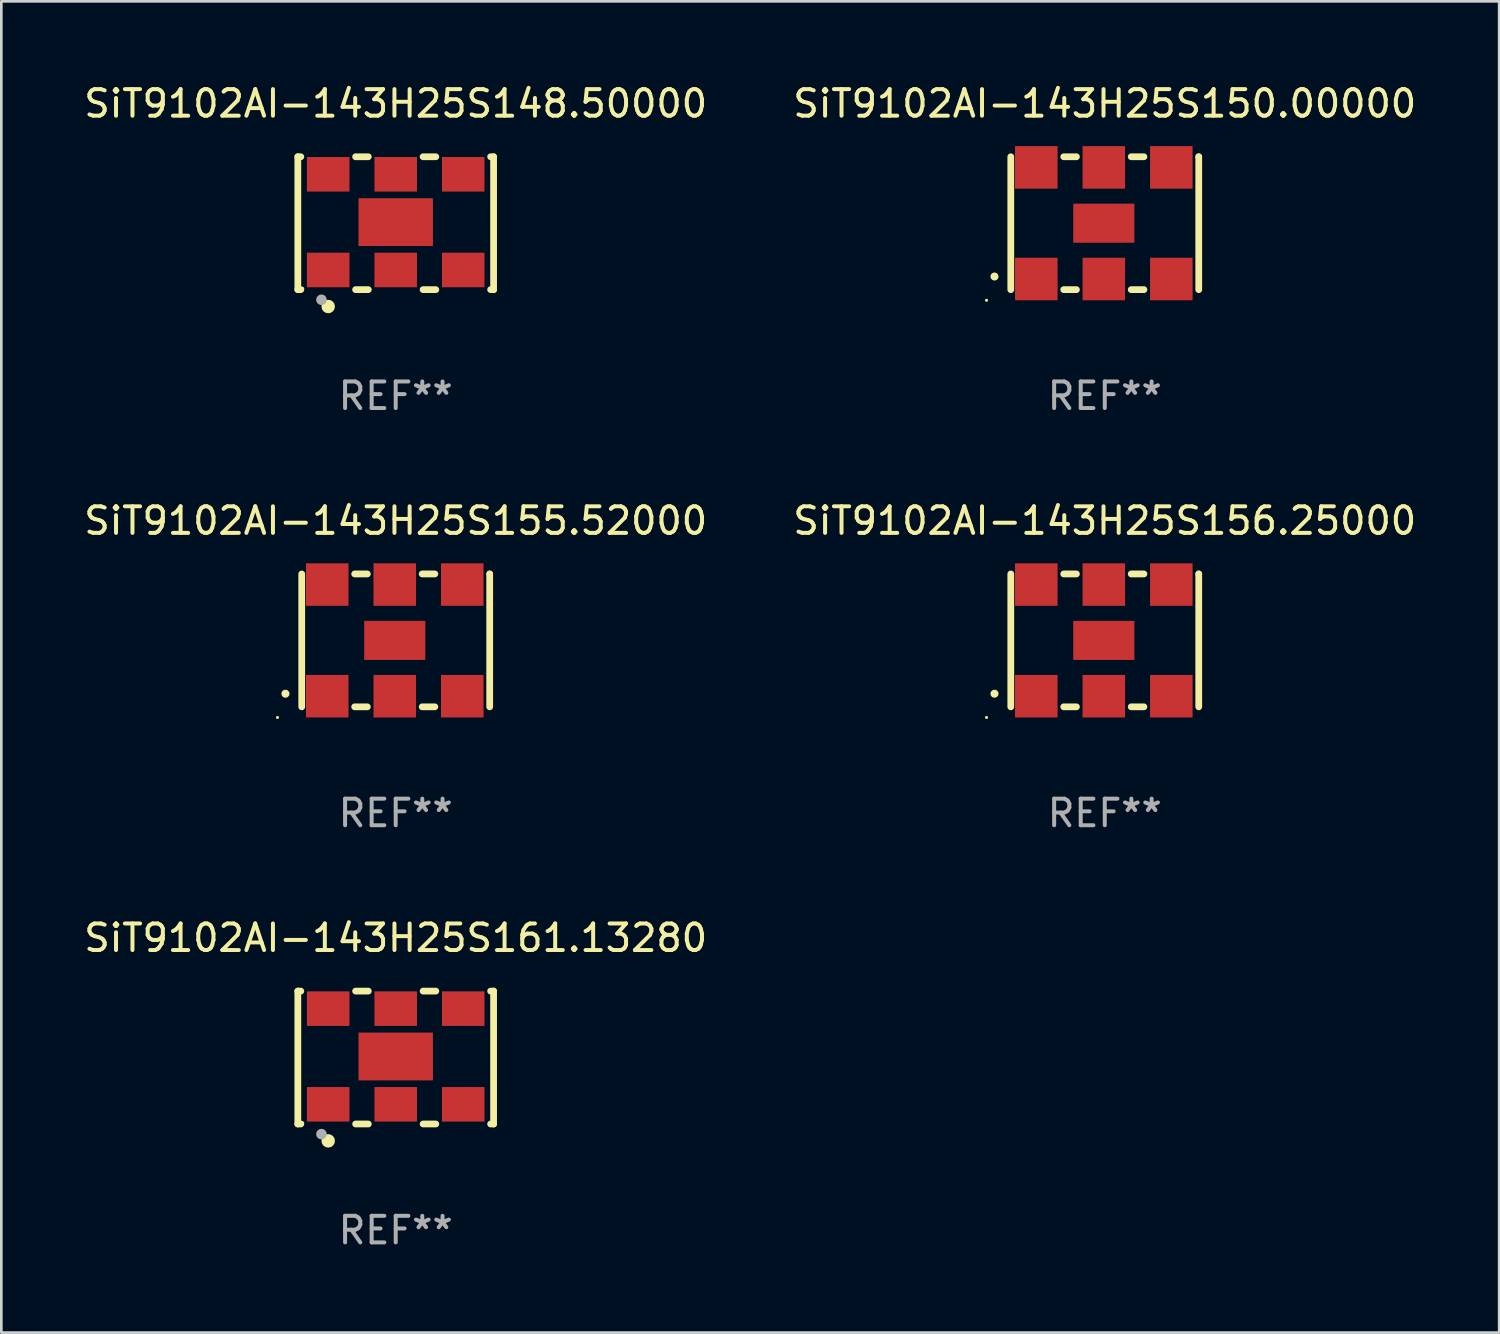
<source format=kicad_pcb>
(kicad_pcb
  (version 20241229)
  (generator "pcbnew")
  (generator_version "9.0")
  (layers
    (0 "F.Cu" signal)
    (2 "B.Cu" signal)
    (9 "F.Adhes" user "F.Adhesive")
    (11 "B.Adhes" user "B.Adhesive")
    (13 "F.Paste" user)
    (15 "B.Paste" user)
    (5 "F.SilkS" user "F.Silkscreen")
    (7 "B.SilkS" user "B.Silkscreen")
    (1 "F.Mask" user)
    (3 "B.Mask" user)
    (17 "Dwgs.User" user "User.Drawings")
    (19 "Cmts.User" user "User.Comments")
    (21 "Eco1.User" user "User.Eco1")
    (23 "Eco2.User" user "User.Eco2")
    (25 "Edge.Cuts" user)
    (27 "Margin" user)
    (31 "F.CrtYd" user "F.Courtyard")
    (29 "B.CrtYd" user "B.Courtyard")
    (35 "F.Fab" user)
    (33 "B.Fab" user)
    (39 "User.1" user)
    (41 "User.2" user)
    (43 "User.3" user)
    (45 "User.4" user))
  (footprint "SiT9102AI-143H25S148.50000"
    (layer "F.Cu")
    (at 11.839 5.348)
    (property "Reference" "SiT9102AI-143H25S148.50000" (at 0 -4.5 0) (layer "F.SilkS") (effects (font (size 1 1) (thickness 0.15))))
    (attr through_hole)
    (fp_line (start -3.683 -2.5) (end -3.571 -2.5) (stroke (width 0.254) (type solid)) (layer "F.SilkS"))
    (fp_line (start -3.683 2.5) (end -3.683 -2.5) (stroke (width 0.254) (type solid)) (layer "F.SilkS"))
    (fp_line (start -3.683 2.5) (end -3.571 2.5) (stroke (width 0.254) (type solid)) (layer "F.SilkS"))
    (fp_line (start -1.509 -2.5) (end -1.031 -2.5) (stroke (width 0.254) (type solid)) (layer "F.SilkS"))
    (fp_line (start -1.509 2.5) (end -1.031 2.5) (stroke (width 0.254) (type solid)) (layer "F.SilkS"))
    (fp_line (start 1.031 -2.5) (end 1.509 -2.5) (stroke (width 0.254) (type solid)) (layer "F.SilkS"))
    (fp_line (start 1.031 2.5) (end 1.509 2.5) (stroke (width 0.254) (type solid)) (layer "F.SilkS"))
    (fp_line (start 3.571 -2.5) (end 3.683 -2.5) (stroke (width 0.254) (type solid)) (layer "F.SilkS"))
    (fp_line (start 3.571 2.5) (end 3.683 2.5) (stroke (width 0.254) (type solid)) (layer "F.SilkS"))
    (fp_line (start 3.683 2.5) (end 3.683 -2.5) (stroke (width 0.254) (type solid)) (layer "F.SilkS"))
    (fp_circle (center -3.5 2.46) (end -3.47 2.46) (stroke (width 0.06) (type solid)) (fill no) (layer "F.SilkS"))
    (fp_circle (center -2.54 3.135) (end -2.413 3.135) (stroke (width 0.254) (type solid)) (fill no) (layer "F.SilkS"))
    (fp_circle (center -2.794 2.881) (end -2.694 2.881) (stroke (width 0.2) (type solid)) (fill no) (layer "F.Fab"))
    (fp_text user "REF**" (at 0 6.5 0) (layer "F.Fab") (effects (font (size 1 1) (thickness 0.15))))
    (pad "1" smd rect (at -2.54 1.76) (size 1.6 1.3) (layers "F.Cu" "F.Mask" "F.Paste"))
    (pad "2" smd rect (at 0 1.76) (size 1.6 1.3) (layers "F.Cu" "F.Mask" "F.Paste"))
    (pad "3" smd rect (at 2.54 1.76) (size 1.6 1.3) (layers "F.Cu" "F.Mask" "F.Paste"))
    (pad "4" smd rect (at 2.54 -1.84) (size 1.6 1.3) (layers "F.Cu" "F.Mask" "F.Paste"))
    (pad "5" smd rect (at 0 -1.84) (size 1.6 1.3) (layers "F.Cu" "F.Mask" "F.Paste"))
    (pad "6" smd rect (at -2.54 -1.84) (size 1.6 1.3) (layers "F.Cu" "F.Mask" "F.Paste"))
    (pad "7" smd rect (at 0 -0.04) (size 2.8 1.8) (layers "F.Cu" "F.Mask" "F.Paste")))
  (footprint "SiT9102AI-143H25S161.13280"
    (layer "F.Cu")
    (at 11.839 36.741)
    (property "Reference" "SiT9102AI-143H25S161.13280" (at 0 -4.5 0) (layer "F.SilkS") (effects (font (size 1 1) (thickness 0.15))))
    (attr through_hole)
    (fp_line (start -3.683 -2.5) (end -3.571 -2.5) (stroke (width 0.254) (type solid)) (layer "F.SilkS"))
    (fp_line (start -3.683 2.5) (end -3.683 -2.5) (stroke (width 0.254) (type solid)) (layer "F.SilkS"))
    (fp_line (start -3.683 2.5) (end -3.571 2.5) (stroke (width 0.254) (type solid)) (layer "F.SilkS"))
    (fp_line (start -1.509 -2.5) (end -1.031 -2.5) (stroke (width 0.254) (type solid)) (layer "F.SilkS"))
    (fp_line (start -1.509 2.5) (end -1.031 2.5) (stroke (width 0.254) (type solid)) (layer "F.SilkS"))
    (fp_line (start 1.031 -2.5) (end 1.509 -2.5) (stroke (width 0.254) (type solid)) (layer "F.SilkS"))
    (fp_line (start 1.031 2.5) (end 1.509 2.5) (stroke (width 0.254) (type solid)) (layer "F.SilkS"))
    (fp_line (start 3.571 -2.5) (end 3.683 -2.5) (stroke (width 0.254) (type solid)) (layer "F.SilkS"))
    (fp_line (start 3.571 2.5) (end 3.683 2.5) (stroke (width 0.254) (type solid)) (layer "F.SilkS"))
    (fp_line (start 3.683 2.5) (end 3.683 -2.5) (stroke (width 0.254) (type solid)) (layer "F.SilkS"))
    (fp_circle (center -3.5 2.46) (end -3.47 2.46) (stroke (width 0.06) (type solid)) (fill no) (layer "F.SilkS"))
    (fp_circle (center -2.54 3.135) (end -2.413 3.135) (stroke (width 0.254) (type solid)) (fill no) (layer "F.SilkS"))
    (fp_circle (center -2.794 2.881) (end -2.694 2.881) (stroke (width 0.2) (type solid)) (fill no) (layer "F.Fab"))
    (fp_text user "REF**" (at 0 6.5 0) (layer "F.Fab") (effects (font (size 1 1) (thickness 0.15))))
    (pad "1" smd rect (at -2.54 1.76) (size 1.6 1.3) (layers "F.Cu" "F.Mask" "F.Paste"))
    (pad "2" smd rect (at 0 1.76) (size 1.6 1.3) (layers "F.Cu" "F.Mask" "F.Paste"))
    (pad "3" smd rect (at 2.54 1.76) (size 1.6 1.3) (layers "F.Cu" "F.Mask" "F.Paste"))
    (pad "4" smd rect (at 2.54 -1.84) (size 1.6 1.3) (layers "F.Cu" "F.Mask" "F.Paste"))
    (pad "5" smd rect (at 0 -1.84) (size 1.6 1.3) (layers "F.Cu" "F.Mask" "F.Paste"))
    (pad "6" smd rect (at -2.54 -1.84) (size 1.6 1.3) (layers "F.Cu" "F.Mask" "F.Paste"))
    (pad "7" smd rect (at 0 -0.04) (size 2.8 1.8) (layers "F.Cu" "F.Mask" "F.Paste")))
  (footprint "SiT9102AI-143H25S155.52000"
    (layer "F.Cu")
    (at 11.839 21.045)
    (property "Reference" "SiT9102AI-143H25S155.52000" (at 0 -4.5 0) (layer "F.SilkS") (effects (font (size 1 1) (thickness 0.15))))
    (attr through_hole)
    (fp_line (start -3.536 -2.5) (end -3.536 2.5) (stroke (width 0.254) (type solid)) (layer "F.SilkS"))
    (fp_line (start -1.544 2.5) (end -1.067 2.5) (stroke (width 0.254) (type solid)) (layer "F.SilkS"))
    (fp_line (start -1.067 -2.5) (end -1.544 -2.5) (stroke (width 0.254) (type solid)) (layer "F.SilkS"))
    (fp_line (start 0.996 2.5) (end 1.473 2.5) (stroke (width 0.254) (type solid)) (layer "F.SilkS"))
    (fp_line (start 1.473 -2.5) (end 0.996 -2.5) (stroke (width 0.254) (type solid)) (layer "F.SilkS"))
    (fp_line (start 3.536 -2.5) (end 3.536 -2.5) (stroke (width 0.254) (type solid)) (layer "F.SilkS"))
    (fp_line (start 3.536 2.5) (end 3.536 -2.5) (stroke (width 0.254) (type solid)) (layer "F.SilkS"))
    (fp_arc (start -4.150432 2.006604) (mid -4.149162 2.006599) (end -4.147892 2.006604) (stroke (width 0.3) (type solid)) (layer "F.SilkS"))
    (fp_circle (center -4.449 2.9) (end -4.419 2.9) (stroke (width 0.06) (type solid)) (fill no) (layer "F.SilkS"))
    (fp_text user "REF**" (at 0 6.5 0) (layer "F.Fab") (effects (font (size 1 1) (thickness 0.15))))
    (pad "1" smd rect (at -2.576 2.1) (size 1.6 1.6) (layers "F.Cu" "F.Mask" "F.Paste"))
    (pad "2" smd rect (at -0.036 2.1) (size 1.6 1.6) (layers "F.Cu" "F.Mask" "F.Paste"))
    (pad "3" smd rect (at 2.504 2.1) (size 1.6 1.6) (layers "F.Cu" "F.Mask" "F.Paste"))
    (pad "4" smd rect (at 2.504 -2.1) (size 1.6 1.6) (layers "F.Cu" "F.Mask" "F.Paste"))
    (pad "5" smd rect (at -0.036 -2.1) (size 1.6 1.6) (layers "F.Cu" "F.Mask" "F.Paste"))
    (pad "6" smd rect (at -2.576 -2.1) (size 1.6 1.6) (layers "F.Cu" "F.Mask" "F.Paste"))
    (pad "7" smd rect (at -0.036 0) (size 2.3 1.47) (layers "F.Cu" "F.Mask" "F.Paste")))
  (footprint "SiT9102AI-143H25S156.25000"
    (layer "F.Cu")
    (at 38.518 21.045)
    (property "Reference" "SiT9102AI-143H25S156.25000" (at 0 -4.5 0) (layer "F.SilkS") (effects (font (size 1 1) (thickness 0.15))))
    (attr through_hole)
    (fp_line (start -3.536 -2.5) (end -3.536 2.5) (stroke (width 0.254) (type solid)) (layer "F.SilkS"))
    (fp_line (start -1.544 2.5) (end -1.067 2.5) (stroke (width 0.254) (type solid)) (layer "F.SilkS"))
    (fp_line (start -1.067 -2.5) (end -1.544 -2.5) (stroke (width 0.254) (type solid)) (layer "F.SilkS"))
    (fp_line (start 0.996 2.5) (end 1.473 2.5) (stroke (width 0.254) (type solid)) (layer "F.SilkS"))
    (fp_line (start 1.473 -2.5) (end 0.996 -2.5) (stroke (width 0.254) (type solid)) (layer "F.SilkS"))
    (fp_line (start 3.536 -2.5) (end 3.536 -2.5) (stroke (width 0.254) (type solid)) (layer "F.SilkS"))
    (fp_line (start 3.536 2.5) (end 3.536 -2.5) (stroke (width 0.254) (type solid)) (layer "F.SilkS"))
    (fp_arc (start -4.150432 2.006604) (mid -4.149162 2.006599) (end -4.147892 2.006604) (stroke (width 0.3) (type solid)) (layer "F.SilkS"))
    (fp_circle (center -4.449 2.9) (end -4.419 2.9) (stroke (width 0.06) (type solid)) (fill no) (layer "F.SilkS"))
    (fp_text user "REF**" (at 0 6.5 0) (layer "F.Fab") (effects (font (size 1 1) (thickness 0.15))))
    (pad "1" smd rect (at -2.576 2.1) (size 1.6 1.6) (layers "F.Cu" "F.Mask" "F.Paste"))
    (pad "2" smd rect (at -0.036 2.1) (size 1.6 1.6) (layers "F.Cu" "F.Mask" "F.Paste"))
    (pad "3" smd rect (at 2.504 2.1) (size 1.6 1.6) (layers "F.Cu" "F.Mask" "F.Paste"))
    (pad "4" smd rect (at 2.504 -2.1) (size 1.6 1.6) (layers "F.Cu" "F.Mask" "F.Paste"))
    (pad "5" smd rect (at -0.036 -2.1) (size 1.6 1.6) (layers "F.Cu" "F.Mask" "F.Paste"))
    (pad "6" smd rect (at -2.576 -2.1) (size 1.6 1.6) (layers "F.Cu" "F.Mask" "F.Paste"))
    (pad "7" smd rect (at -0.036 0) (size 2.3 1.47) (layers "F.Cu" "F.Mask" "F.Paste")))
  (footprint "SiT9102AI-143H25S150.00000"
    (layer "F.Cu")
    (at 38.518 5.348)
    (property "Reference" "SiT9102AI-143H25S150.00000" (at 0 -4.5 0) (layer "F.SilkS") (effects (font (size 1 1) (thickness 0.15))))
    (attr through_hole)
    (fp_line (start -3.536 -2.5) (end -3.536 2.5) (stroke (width 0.254) (type solid)) (layer "F.SilkS"))
    (fp_line (start -1.544 2.5) (end -1.067 2.5) (stroke (width 0.254) (type solid)) (layer "F.SilkS"))
    (fp_line (start -1.067 -2.5) (end -1.544 -2.5) (stroke (width 0.254) (type solid)) (layer "F.SilkS"))
    (fp_line (start 0.996 2.5) (end 1.473 2.5) (stroke (width 0.254) (type solid)) (layer "F.SilkS"))
    (fp_line (start 1.473 -2.5) (end 0.996 -2.5) (stroke (width 0.254) (type solid)) (layer "F.SilkS"))
    (fp_line (start 3.536 -2.5) (end 3.536 -2.5) (stroke (width 0.254) (type solid)) (layer "F.SilkS"))
    (fp_line (start 3.536 2.5) (end 3.536 -2.5) (stroke (width 0.254) (type solid)) (layer "F.SilkS"))
    (fp_arc (start -4.150432 2.006604) (mid -4.149162 2.006599) (end -4.147892 2.006604) (stroke (width 0.3) (type solid)) (layer "F.SilkS"))
    (fp_circle (center -4.449 2.9) (end -4.419 2.9) (stroke (width 0.06) (type solid)) (fill no) (layer "F.SilkS"))
    (fp_text user "REF**" (at 0 6.5 0) (layer "F.Fab") (effects (font (size 1 1) (thickness 0.15))))
    (pad "1" smd rect (at -2.576 2.1) (size 1.6 1.6) (layers "F.Cu" "F.Mask" "F.Paste"))
    (pad "2" smd rect (at -0.036 2.1) (size 1.6 1.6) (layers "F.Cu" "F.Mask" "F.Paste"))
    (pad "3" smd rect (at 2.504 2.1) (size 1.6 1.6) (layers "F.Cu" "F.Mask" "F.Paste"))
    (pad "4" smd rect (at 2.504 -2.1) (size 1.6 1.6) (layers "F.Cu" "F.Mask" "F.Paste"))
    (pad "5" smd rect (at -0.036 -2.1) (size 1.6 1.6) (layers "F.Cu" "F.Mask" "F.Paste"))
    (pad "6" smd rect (at -2.576 -2.1) (size 1.6 1.6) (layers "F.Cu" "F.Mask" "F.Paste"))
    (pad "7" smd rect (at -0.036 0) (size 2.3 1.47) (layers "F.Cu" "F.Mask" "F.Paste")))
  (gr_rect
    (start -3 -3)
    (end 53.357 47.09)
    (stroke (width 0.1) (type default))
    (fill no)
    (layer "Edge.Cuts")))
</source>
